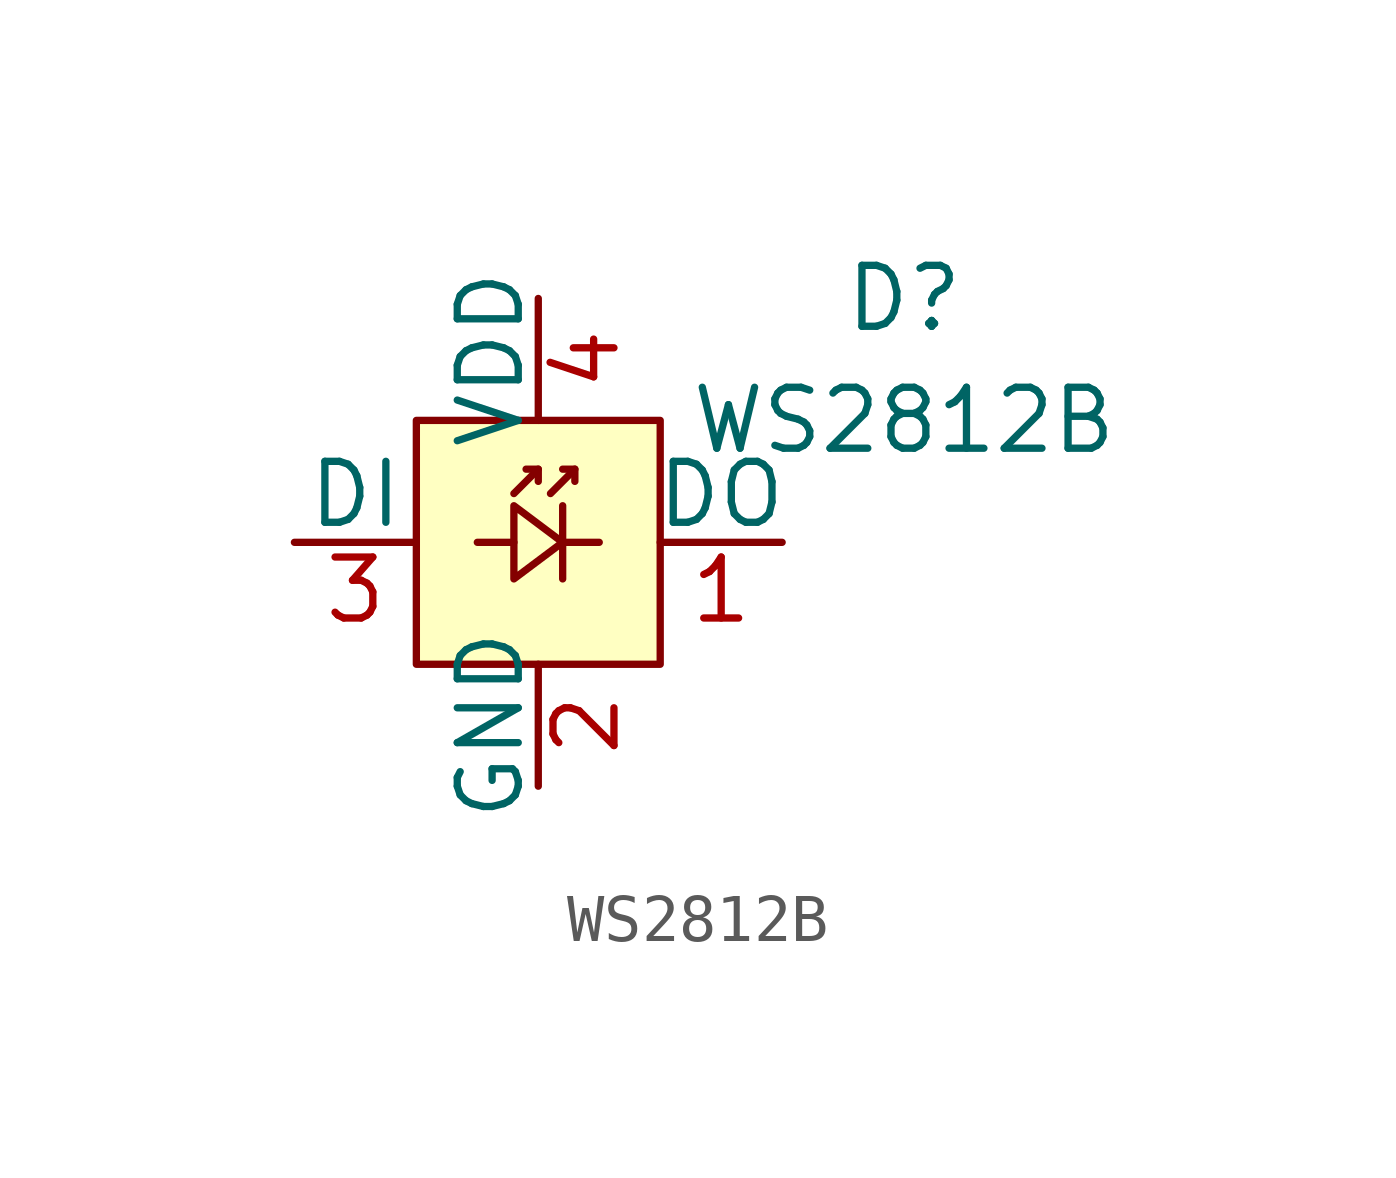
<source format=kicad_sym>
(kicad_symbol_lib
  (version 20211014)
  (generator kicad_symbol_editor)
  (symbol "WS2812B"
    (pin_names
      (offset 0))
    (property "Reference" "D"
      (at 7.62 5.08 0)
      (effects (font (size 1.27 1.27))))
    (property "Value" "WS2812B"
      (at 7.62 2.54 0)
      (effects (font (size 1.27 1.27))))
    (symbol "WS2812B_0_1"
      (rectangle (start -2.54 2.54) (end 2.54 -2.54) (stroke (width 0) (type default) (color 0 0 0 0)) (fill (type background)))
      (polyline (pts (xy -0.508 0) (xy -1.27 0)) (stroke (width 0) (type default) (color 0 0 0 0)) (fill (type none)))
      (polyline (pts (xy 0 1.524) (xy -0.508 1.016)) (stroke (width 0) (type default) (color 0 0 0 0)) (fill (type none)))
      (polyline (pts (xy 0.508 0) (xy 1.27 0)) (stroke (width 0) (type default) (color 0 0 0 0)) (fill (type none)))
      (polyline (pts (xy 0.508 0.762) (xy 0.508 -0.762)) (stroke (width 0) (type default) (color 0 0 0 0)) (fill (type none)))
      (polyline (pts (xy 0.762 1.524) (xy 0.254 1.016)) (stroke (width 0) (type default) (color 0 0 0 0)) (fill (type none)))
      (polyline (pts (xy 0 1.27) (xy 0 1.524) (xy -0.254 1.524)) (stroke (width 0) (type default) (color 0 0 0 0)) (fill (type none)))
      (polyline (pts (xy 0.762 1.27) (xy 0.762 1.524) (xy 0.508 1.524)) (stroke (width 0) (type default) (color 0 0 0 0)) (fill (type none)))
      (polyline (pts (xy 0.508 0) (xy -0.508 0.762) (xy -0.508 -0.762) (xy 0.508 0)) (stroke (width 0) (type default) (color 0 0 0 0)) (fill (type none))))
    (symbol "WS2812B_1_1"
      (pin output line (at 5.08 0 180) (length 2.54) (name "DO" (effects (font (size 1.27 1.27)))) (number "1" (effects (font (size 1.27 1.27)))))
      (pin power_in line (at 0 -5.08 90) (length 2.54) (name "GND" (effects (font (size 1.27 1.27)))) (number "2" (effects (font (size 1.27 1.27)))))
      (pin input line (at -5.08 0 0) (length 2.54) (name "DI" (effects (font (size 1.27 1.27)))) (number "3" (effects (font (size 1.27 1.27)))))
      (pin power_in line (at 0 5.08 270) (length 2.54) (name "VDD" (effects (font (size 1.27 1.27)))) (number "4" (effects (font (size 1.27 1.27))))))))
</source>
